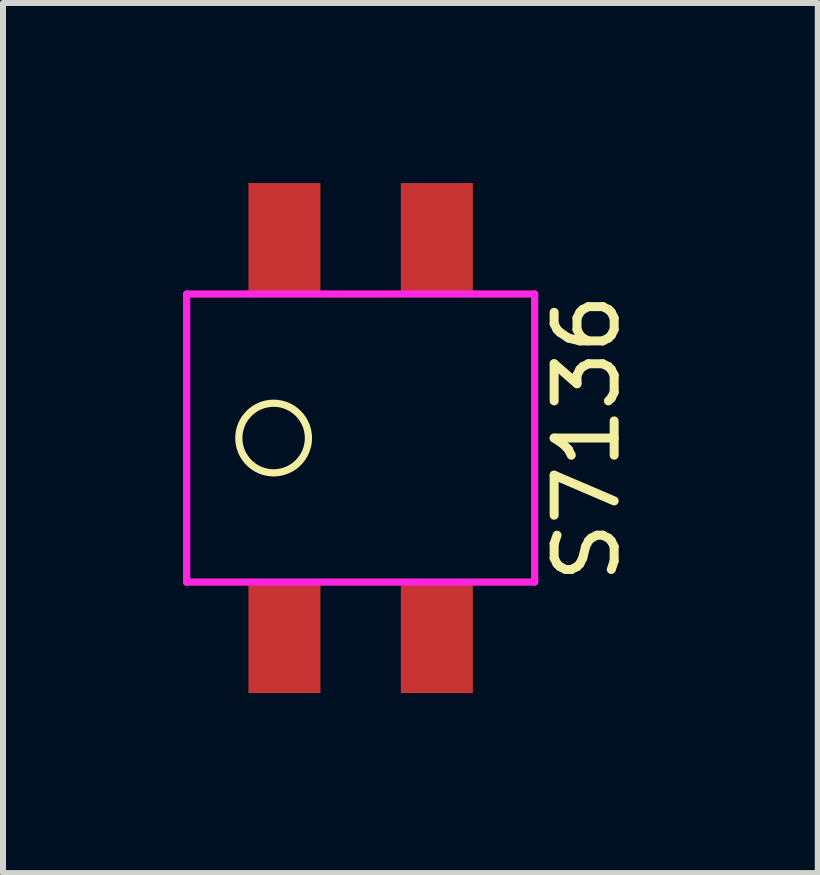
<source format=kicad_pcb>
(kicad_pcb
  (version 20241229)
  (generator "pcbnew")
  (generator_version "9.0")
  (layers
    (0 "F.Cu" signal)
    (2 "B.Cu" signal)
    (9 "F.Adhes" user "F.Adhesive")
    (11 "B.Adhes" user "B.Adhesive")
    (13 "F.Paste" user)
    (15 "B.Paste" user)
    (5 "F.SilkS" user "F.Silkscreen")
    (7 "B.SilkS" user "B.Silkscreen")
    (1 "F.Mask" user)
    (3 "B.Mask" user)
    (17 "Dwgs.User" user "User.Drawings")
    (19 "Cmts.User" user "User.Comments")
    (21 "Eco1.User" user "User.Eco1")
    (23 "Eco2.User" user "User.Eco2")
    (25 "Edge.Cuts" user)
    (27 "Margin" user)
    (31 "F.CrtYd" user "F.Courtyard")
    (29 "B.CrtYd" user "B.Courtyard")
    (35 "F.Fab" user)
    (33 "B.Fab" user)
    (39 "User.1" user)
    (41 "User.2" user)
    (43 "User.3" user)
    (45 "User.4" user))
  (footprint "S7136"
    (layer "F.Cu")
    (at 2.96 4.25)
    (property "Reference" "S7136" (at 3.77 0 90) (unlocked yes) (layer "F.SilkS") (effects (font (size 1 1) (thickness 0.15))))
    (attr smd)
    (fp_circle (center -1.45 0) (end -2.03 0) (stroke (width 0.12) (type solid)) (fill no) (layer "F.SilkS"))
    (fp_line (start -2.9 -2.4) (end -2.9 2.4) (stroke (width 0.12) (type solid)) (layer "F.CrtYd"))
    (fp_line (start -2.9 2.4) (end 2.9 2.4) (stroke (width 0.12) (type solid)) (layer "F.CrtYd"))
    (fp_line (start 2.9 -2.4) (end -2.9 -2.4) (stroke (width 0.12) (type solid)) (layer "F.CrtYd"))
    (fp_line (start 2.9 2.4) (end 2.9 -2.4) (stroke (width 0.12) (type solid)) (layer "F.CrtYd"))
    (pad "1" smd trapezoid (at -1.27 3.35 180) (size 1.2 1.8) (layers "F.Cu" "F.Mask" "F.Paste"))
    (pad "2" smd trapezoid (at 1.27 3.35 180) (size 1.2 1.8) (layers "F.Cu" "F.Mask" "F.Paste"))
    (pad "3" smd trapezoid (at 1.27 -3.35 180) (size 1.2 1.8) (layers "F.Cu" "F.Mask" "F.Paste"))
    (pad "4" smd trapezoid (at -1.27 -3.35 180) (size 1.2 1.8) (layers "F.Cu" "F.Mask" "F.Paste")))
  (gr_rect
    (start -3 -3)
    (end 10.578 11.5)
    (stroke (width 0.1) (type default))
    (fill no)
    (layer "Edge.Cuts")))
</source>
